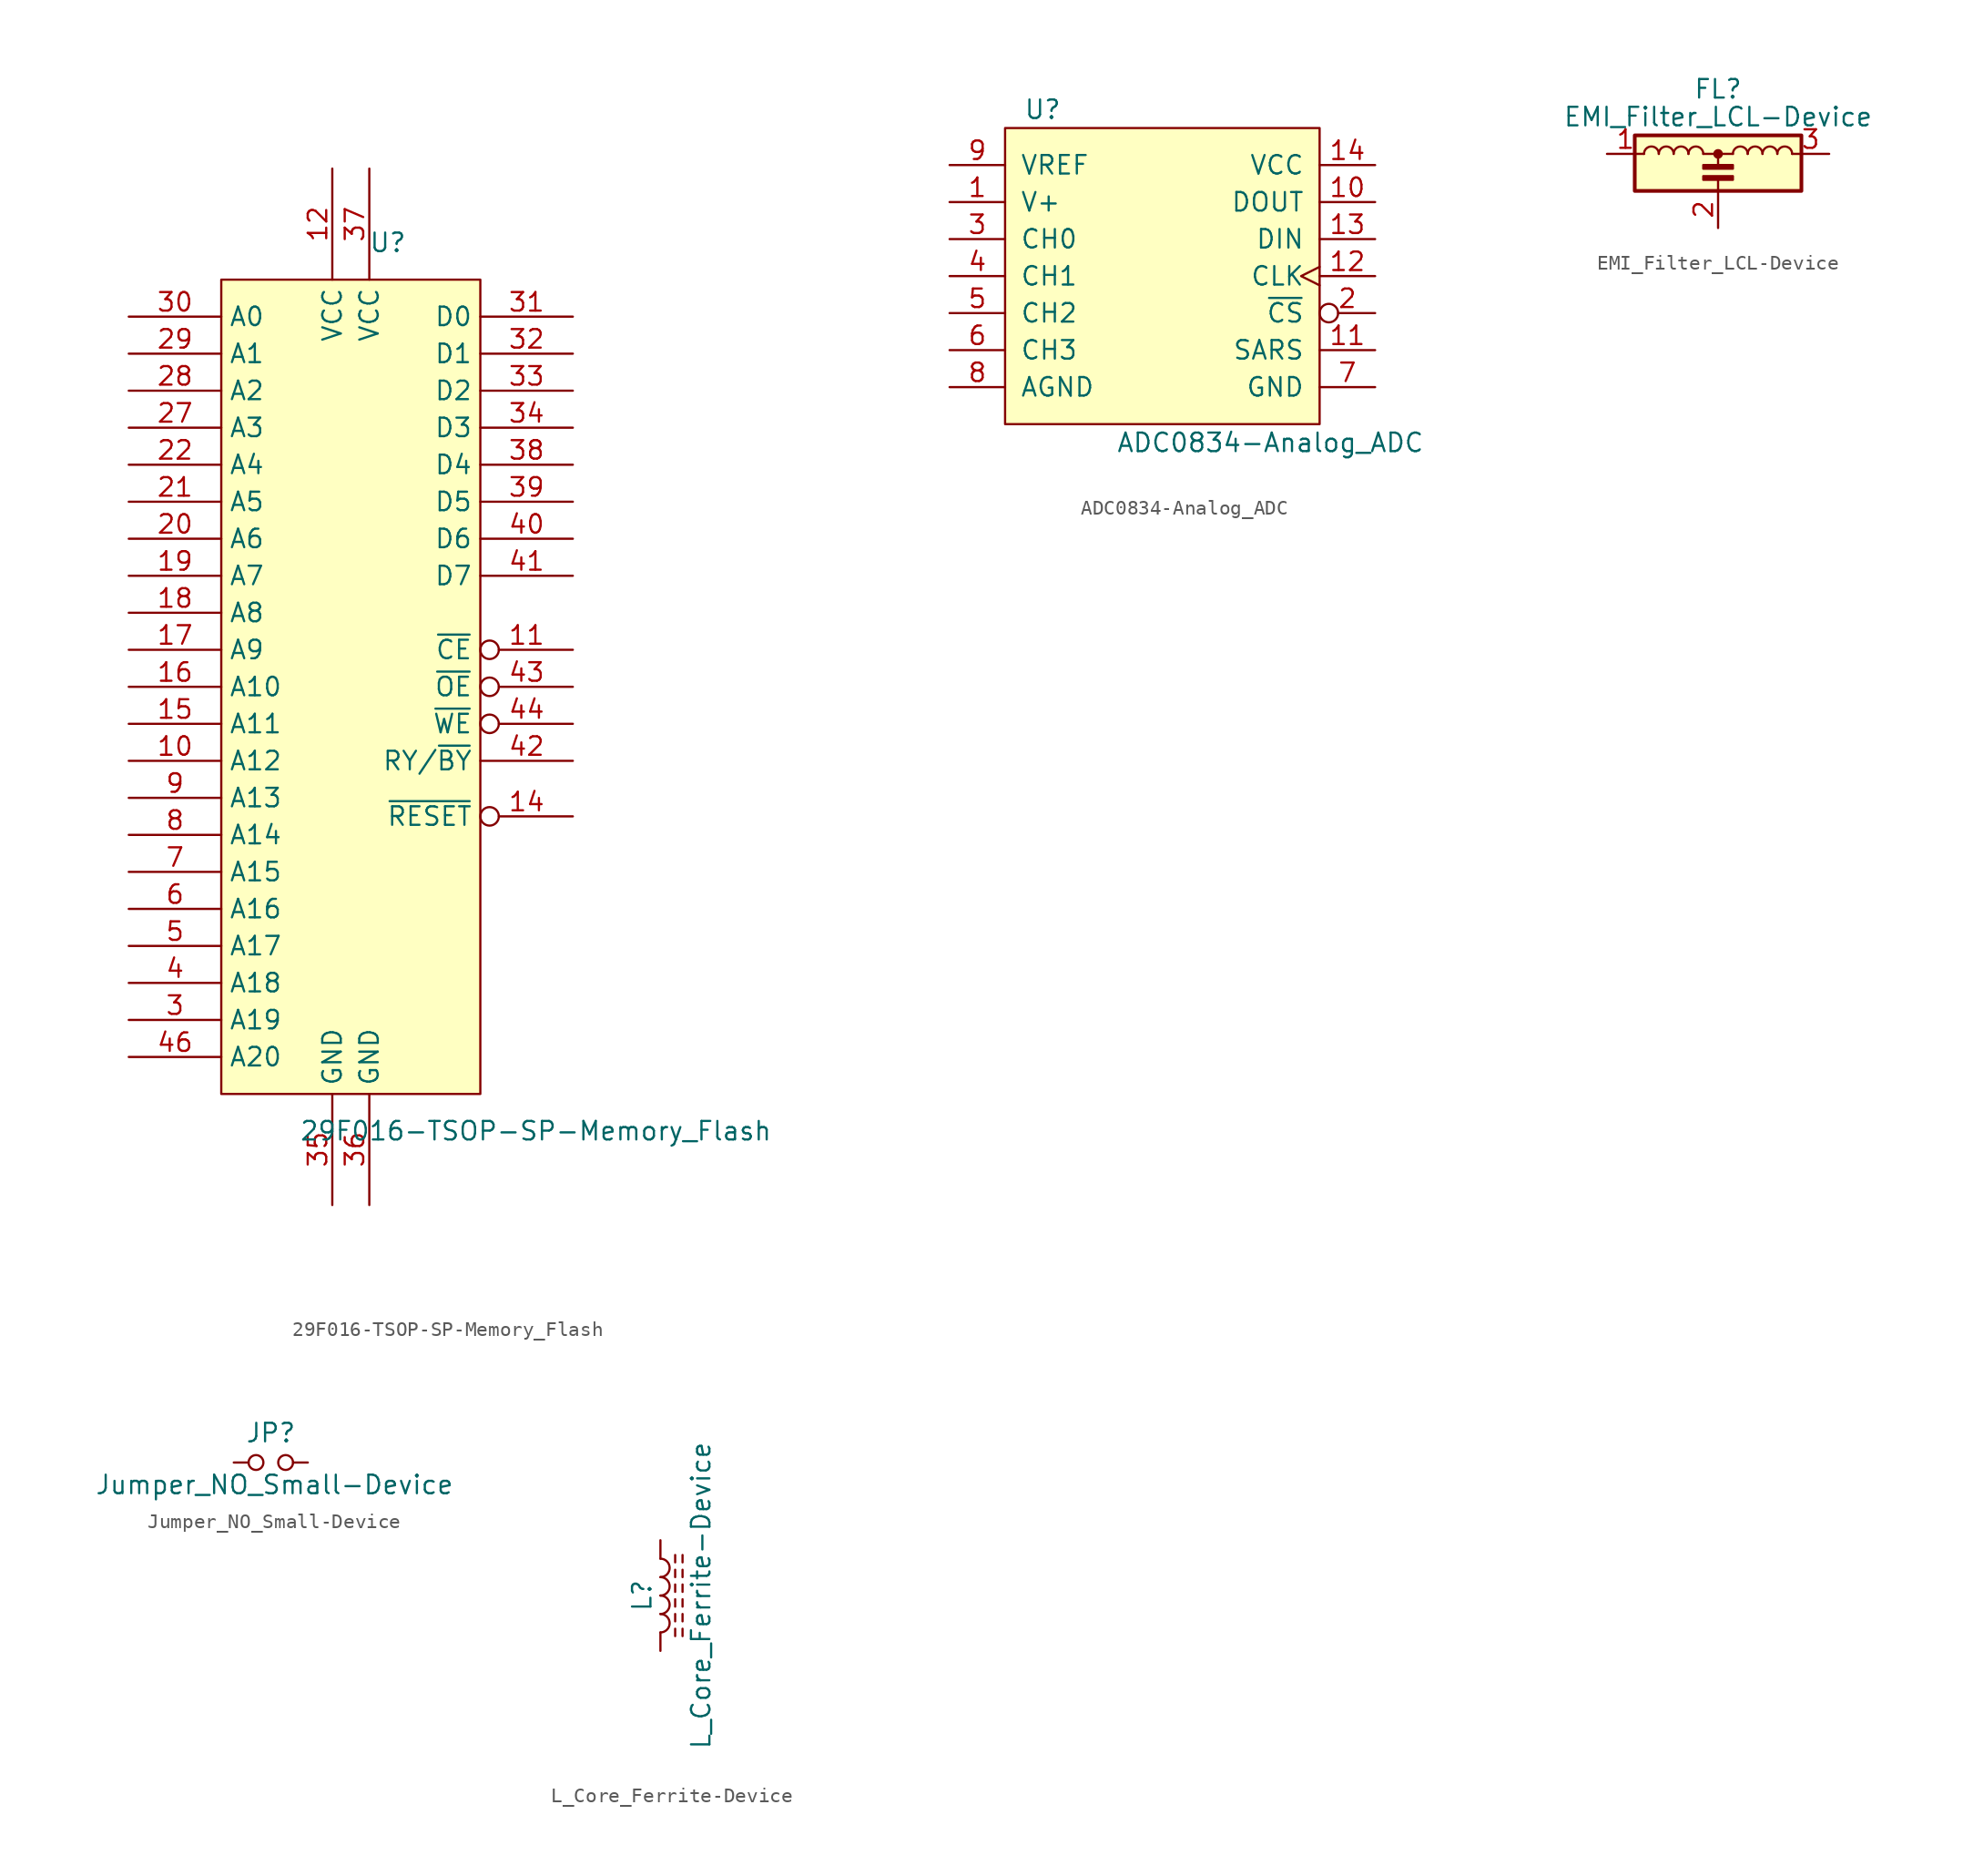
<source format=kicad_sym>
(kicad_symbol_lib
  (version 20211014)
  (generator kicad_symbol_editor)
  (symbol "29F016-TSOP-SP-Memory_Flash"
    (property "Reference" "U"
      (at 2.54 34.29 0)
      (effects (font (size 1.27 1.27))))
    (property "Value" "29F016-TSOP-SP-Memory_Flash"
      (at 12.7 -26.67 0)
      (effects (font (size 1.27 1.27))))
    (symbol "29F016-TSOP-SP-Memory_Flash_0_1"
      (rectangle (start -8.89 31.75) (end 8.89 -24.13) (stroke (width 0) (type default) (color 0 0 0 0)) (fill (type background))))
    (symbol "29F016-TSOP-SP-Memory_Flash_1_1"
      (pin input line (at -15.24 -1.27 0) (length 6.35) (name "A12" (effects (font (size 1.27 1.27)))) (number "10" (effects (font (size 1.27 1.27)))))
      (pin input inverted (at 15.24 6.35 180) (length 6.35) (name "~{CE}" (effects (font (size 1.27 1.27)))) (number "11" (effects (font (size 1.27 1.27)))))
      (pin input line (at -1.27 39.37 270) (length 7.62) (name "VCC" (effects (font (size 1.27 1.27)))) (number "12" (effects (font (size 1.27 1.27)))))
      (pin input inverted (at 15.24 -5.08 180) (length 6.35) (name "~{RESET}" (effects (font (size 1.27 1.27)))) (number "14" (effects (font (size 1.27 1.27)))))
      (pin input line (at -15.24 1.27 0) (length 6.35) (name "A11" (effects (font (size 1.27 1.27)))) (number "15" (effects (font (size 1.27 1.27)))))
      (pin input line (at -15.24 3.81 0) (length 6.35) (name "A10" (effects (font (size 1.27 1.27)))) (number "16" (effects (font (size 1.27 1.27)))))
      (pin input line (at -15.24 6.35 0) (length 6.35) (name "A9" (effects (font (size 1.27 1.27)))) (number "17" (effects (font (size 1.27 1.27)))))
      (pin input line (at -15.24 8.89 0) (length 6.35) (name "A8" (effects (font (size 1.27 1.27)))) (number "18" (effects (font (size 1.27 1.27)))))
      (pin input line (at -15.24 11.43 0) (length 6.35) (name "A7" (effects (font (size 1.27 1.27)))) (number "19" (effects (font (size 1.27 1.27)))))
      (pin input line (at -15.24 13.97 0) (length 6.35) (name "A6" (effects (font (size 1.27 1.27)))) (number "20" (effects (font (size 1.27 1.27)))))
      (pin input line (at -15.24 16.51 0) (length 6.35) (name "A5" (effects (font (size 1.27 1.27)))) (number "21" (effects (font (size 1.27 1.27)))))
      (pin input line (at -15.24 19.05 0) (length 6.35) (name "A4" (effects (font (size 1.27 1.27)))) (number "22" (effects (font (size 1.27 1.27)))))
      (pin input line (at -15.24 21.59 0) (length 6.35) (name "A3" (effects (font (size 1.27 1.27)))) (number "27" (effects (font (size 1.27 1.27)))))
      (pin input line (at -15.24 24.13 0) (length 6.35) (name "A2" (effects (font (size 1.27 1.27)))) (number "28" (effects (font (size 1.27 1.27)))))
      (pin input line (at -15.24 26.67 0) (length 6.35) (name "A1" (effects (font (size 1.27 1.27)))) (number "29" (effects (font (size 1.27 1.27)))))
      (pin input line (at -15.24 -19.05 0) (length 6.35) (name "A19" (effects (font (size 1.27 1.27)))) (number "3" (effects (font (size 1.27 1.27)))))
      (pin input line (at -15.24 29.21 0) (length 6.35) (name "A0" (effects (font (size 1.27 1.27)))) (number "30" (effects (font (size 1.27 1.27)))))
      (pin tri_state line (at 15.24 29.21 180) (length 6.35) (name "D0" (effects (font (size 1.27 1.27)))) (number "31" (effects (font (size 1.27 1.27)))))
      (pin tri_state line (at 15.24 26.67 180) (length 6.35) (name "D1" (effects (font (size 1.27 1.27)))) (number "32" (effects (font (size 1.27 1.27)))))
      (pin tri_state line (at 15.24 24.13 180) (length 6.35) (name "D2" (effects (font (size 1.27 1.27)))) (number "33" (effects (font (size 1.27 1.27)))))
      (pin tri_state line (at 15.24 21.59 180) (length 6.35) (name "D3" (effects (font (size 1.27 1.27)))) (number "34" (effects (font (size 1.27 1.27)))))
      (pin input line (at -1.27 -31.75 90) (length 7.62) (name "GND" (effects (font (size 1.27 1.27)))) (number "35" (effects (font (size 1.27 1.27)))))
      (pin input line (at 1.27 -31.75 90) (length 7.62) (name "GND" (effects (font (size 1.27 1.27)))) (number "36" (effects (font (size 1.27 1.27)))))
      (pin input line (at 1.27 39.37 270) (length 7.62) (name "VCC" (effects (font (size 1.27 1.27)))) (number "37" (effects (font (size 1.27 1.27)))))
      (pin tri_state line (at 15.24 19.05 180) (length 6.35) (name "D4" (effects (font (size 1.27 1.27)))) (number "38" (effects (font (size 1.27 1.27)))))
      (pin tri_state line (at 15.24 16.51 180) (length 6.35) (name "D5" (effects (font (size 1.27 1.27)))) (number "39" (effects (font (size 1.27 1.27)))))
      (pin input line (at -15.24 -16.51 0) (length 6.35) (name "A18" (effects (font (size 1.27 1.27)))) (number "4" (effects (font (size 1.27 1.27)))))
      (pin tri_state line (at 15.24 13.97 180) (length 6.35) (name "D6" (effects (font (size 1.27 1.27)))) (number "40" (effects (font (size 1.27 1.27)))))
      (pin tri_state line (at 15.24 11.43 180) (length 6.35) (name "D7" (effects (font (size 1.27 1.27)))) (number "41" (effects (font (size 1.27 1.27)))))
      (pin input line (at 15.24 -1.27 180) (length 6.35) (name "RY/~{BY}" (effects (font (size 1.27 1.27)))) (number "42" (effects (font (size 1.27 1.27)))))
      (pin input inverted (at 15.24 3.81 180) (length 6.35) (name "~{OE}" (effects (font (size 1.27 1.27)))) (number "43" (effects (font (size 1.27 1.27)))))
      (pin input inverted (at 15.24 1.27 180) (length 6.35) (name "~{WE}" (effects (font (size 1.27 1.27)))) (number "44" (effects (font (size 1.27 1.27)))))
      (pin input line (at -15.24 -21.59 0) (length 6.35) (name "A20" (effects (font (size 1.27 1.27)))) (number "46" (effects (font (size 1.27 1.27)))))
      (pin input line (at -15.24 -13.97 0) (length 6.35) (name "A17" (effects (font (size 1.27 1.27)))) (number "5" (effects (font (size 1.27 1.27)))))
      (pin input line (at -15.24 -11.43 0) (length 6.35) (name "A16" (effects (font (size 1.27 1.27)))) (number "6" (effects (font (size 1.27 1.27)))))
      (pin input line (at -15.24 -8.89 0) (length 6.35) (name "A15" (effects (font (size 1.27 1.27)))) (number "7" (effects (font (size 1.27 1.27)))))
      (pin input line (at -15.24 -6.35 0) (length 6.35) (name "A14" (effects (font (size 1.27 1.27)))) (number "8" (effects (font (size 1.27 1.27)))))
      (pin input line (at -15.24 -3.81 0) (length 6.35) (name "A13" (effects (font (size 1.27 1.27)))) (number "9" (effects (font (size 1.27 1.27)))))))
  (symbol "ADC0834-Analog_ADC"
    (pin_names
      (offset 1.016))
    (property "Reference" "U"
      (at -10.16 13.97 0)
      (effects (font (size 1.27 1.27)) (justify left)))
    (property "Value" "ADC0834-Analog_ADC"
      (at -3.81 -8.89 0)
      (effects (font (size 1.27 1.27)) (justify left)))
    (symbol "ADC0834-Analog_ADC_0_1"
      (rectangle (start -11.43 12.7) (end 10.16 -7.62) (stroke (width 0) (type default) (color 0 0 0 0)) (fill (type background))))
    (symbol "ADC0834-Analog_ADC_1_1"
      (pin input line (at -15.24 7.62 0) (length 3.81) (name "V+" (effects (font (size 1.27 1.27)))) (number "1" (effects (font (size 1.27 1.27)))))
      (pin output line (at 13.97 7.62 180) (length 3.81) (name "DOUT" (effects (font (size 1.27 1.27)))) (number "10" (effects (font (size 1.27 1.27)))))
      (pin input line (at 13.97 -2.54 180) (length 3.81) (name "SARS" (effects (font (size 1.27 1.27)))) (number "11" (effects (font (size 1.27 1.27)))))
      (pin input clock (at 13.97 2.54 180) (length 3.81) (name "CLK" (effects (font (size 1.27 1.27)))) (number "12" (effects (font (size 1.27 1.27)))))
      (pin input line (at 13.97 5.08 180) (length 3.81) (name "DIN" (effects (font (size 1.27 1.27)))) (number "13" (effects (font (size 1.27 1.27)))))
      (pin input line (at 13.97 10.16 180) (length 3.81) (name "VCC" (effects (font (size 1.27 1.27)))) (number "14" (effects (font (size 1.27 1.27)))))
      (pin input inverted (at 13.97 0 180) (length 3.81) (name "~{CS}" (effects (font (size 1.27 1.27)))) (number "2" (effects (font (size 1.27 1.27)))))
      (pin input line (at -15.24 5.08 0) (length 3.81) (name "CH0" (effects (font (size 1.27 1.27)))) (number "3" (effects (font (size 1.27 1.27)))))
      (pin input line (at -15.24 2.54 0) (length 3.81) (name "CH1" (effects (font (size 1.27 1.27)))) (number "4" (effects (font (size 1.27 1.27)))))
      (pin input line (at -15.24 0 0) (length 3.81) (name "CH2" (effects (font (size 1.27 1.27)))) (number "5" (effects (font (size 1.27 1.27)))))
      (pin input line (at -15.24 -2.54 0) (length 3.81) (name "CH3" (effects (font (size 1.27 1.27)))) (number "6" (effects (font (size 1.27 1.27)))))
      (pin input line (at 13.97 -5.08 180) (length 3.81) (name "GND" (effects (font (size 1.27 1.27)))) (number "7" (effects (font (size 1.27 1.27)))))
      (pin input line (at -15.24 -5.08 0) (length 3.81) (name "AGND" (effects (font (size 1.27 1.27)))) (number "8" (effects (font (size 1.27 1.27)))))
      (pin input line (at -15.24 10.16 0) (length 3.81) (name "VREF" (effects (font (size 1.27 1.27)))) (number "9" (effects (font (size 1.27 1.27)))))))
  (symbol "EMI_Filter_LCL-Device"
    (pin_names
      (offset 0.254) hide)
    (property "Reference" "FL"
      (at 0 6.985 0)
      (effects (font (size 1.27 1.27))))
    (property "Value" "EMI_Filter_LCL-Device"
      (at 0 5.08 0)
      (effects (font (size 1.27 1.27))))
    (symbol "EMI_Filter_LCL-Device_0_1"
      (rectangle (start -5.715 3.81) (end 5.715 0) (stroke (width 0.254) (type default) (color 0 0 0 0)) (fill (type background)))
      (arc (start -4.064 2.54) (mid -4.572 3.048) (end -5.08 2.54) (stroke (width 0) (type default) (color 0 0 0 0)) (fill (type none)))
      (arc (start -3.048 2.54) (mid -3.556 3.048) (end -4.064 2.54) (stroke (width 0) (type default) (color 0 0 0 0)) (fill (type none)))
      (arc (start -2.032 2.54) (mid -2.54 3.048) (end -3.048 2.54) (stroke (width 0) (type default) (color 0 0 0 0)) (fill (type none)))
      (rectangle (start -1.016 0.762) (end 1.016 1.016) (stroke (width 0) (type default) (color 0 0 0 0)) (fill (type outline)))
      (arc (start -1.016 2.54) (mid -1.524 3.048) (end -2.032 2.54) (stroke (width 0) (type default) (color 0 0 0 0)) (fill (type none)))
      (polyline (pts (xy -1.016 2.54) (xy 1.016 2.54)) (stroke (width 0) (type default) (color 0 0 0 0)) (fill (type none)))
      (polyline (pts (xy 0 0.762) (xy 0 0)) (stroke (width 0) (type default) (color 0 0 0 0)) (fill (type none)))
      (polyline (pts (xy 0 2.54) (xy 0 1.778)) (stroke (width 0) (type default) (color 0 0 0 0)) (fill (type none)))
      (circle (center 0 2.54) (radius 0.254) (stroke (width 0) (type default) (color 0 0 0 0)) (fill (type outline)))
      (rectangle (start 1.016 1.524) (end -1.016 1.778) (stroke (width 0) (type default) (color 0 0 0 0)) (fill (type outline)))
      (arc (start 2.032 2.54) (mid 1.524 3.048) (end 1.016 2.54) (stroke (width 0) (type default) (color 0 0 0 0)) (fill (type none)))
      (arc (start 3.048 2.54) (mid 2.54 3.048) (end 2.032 2.54) (stroke (width 0) (type default) (color 0 0 0 0)) (fill (type none)))
      (arc (start 4.064 2.54) (mid 3.556 3.048) (end 3.048 2.54) (stroke (width 0) (type default) (color 0 0 0 0)) (fill (type none)))
      (arc (start 5.08 2.54) (mid 4.572 3.048) (end 4.064 2.54) (stroke (width 0) (type default) (color 0 0 0 0)) (fill (type none))))
    (symbol "EMI_Filter_LCL-Device_1_1"
      (pin passive line (at -7.62 2.54 0) (length 2.54) (name "1" (effects (font (size 1.27 1.27)))) (number "1" (effects (font (size 1.27 1.27)))))
      (pin passive line (at 0 -2.54 90) (length 2.54) (name "2" (effects (font (size 1.27 1.27)))) (number "2" (effects (font (size 1.27 1.27)))))
      (pin passive line (at 7.62 2.54 180) (length 2.54) (name "3" (effects (font (size 1.27 1.27)))) (number "3" (effects (font (size 1.27 1.27)))))))
  (symbol "Jumper_NO_Small-Device"
    (pin_numbers hide)
    (pin_names
      (offset 0.762) hide)
    (property "Reference" "JP"
      (at 0 2.032 0)
      (effects (font (size 1.27 1.27))))
    (property "Value" "Jumper_NO_Small-Device"
      (at 0.254 -1.524 0)
      (effects (font (size 1.27 1.27))))
    (symbol "Jumper_NO_Small-Device_0_1"
      (circle (center -1.016 0) (radius 0.508) (stroke (width 0) (type default) (color 0 0 0 0)) (fill (type none)))
      (circle (center 1.016 0) (radius 0.508) (stroke (width 0) (type default) (color 0 0 0 0)) (fill (type none)))
      (pin passive line (at -2.54 0 0) (length 1.016) (name "1" (effects (font (size 1.27 1.27)))) (number "1" (effects (font (size 1.27 1.27)))))
      (pin passive line (at 2.54 0 180) (length 1.016) (name "2" (effects (font (size 1.27 1.27)))) (number "2" (effects (font (size 1.27 1.27)))))))
  (symbol "L_Core_Ferrite-Device"
    (pin_numbers hide)
    (pin_names
      (offset 1.016) hide)
    (property "Reference" "L"
      (at -1.27 0 90)
      (effects (font (size 1.27 1.27))))
    (property "Value" "L_Core_Ferrite-Device"
      (at 2.794 0 90)
      (effects (font (size 1.27 1.27))))
    (symbol "L_Core_Ferrite-Device_0_1"
      (arc (start 0 -2.54) (mid 0.635 -1.905) (end 0 -1.27) (stroke (width 0) (type default) (color 0 0 0 0)) (fill (type none)))
      (arc (start 0 -1.27) (mid 0.635 -0.635) (end 0 0) (stroke (width 0) (type default) (color 0 0 0 0)) (fill (type none)))
      (polyline (pts (xy 1.016 -2.794) (xy 1.016 -2.286)) (stroke (width 0) (type default) (color 0 0 0 0)) (fill (type none)))
      (polyline (pts (xy 1.016 -1.778) (xy 1.016 -1.27)) (stroke (width 0) (type default) (color 0 0 0 0)) (fill (type none)))
      (polyline (pts (xy 1.016 -0.762) (xy 1.016 -0.254)) (stroke (width 0) (type default) (color 0 0 0 0)) (fill (type none)))
      (polyline (pts (xy 1.016 0.254) (xy 1.016 0.762)) (stroke (width 0) (type default) (color 0 0 0 0)) (fill (type none)))
      (polyline (pts (xy 1.016 1.27) (xy 1.016 1.778)) (stroke (width 0) (type default) (color 0 0 0 0)) (fill (type none)))
      (polyline (pts (xy 1.016 2.286) (xy 1.016 2.794)) (stroke (width 0) (type default) (color 0 0 0 0)) (fill (type none)))
      (polyline (pts (xy 1.524 -2.286) (xy 1.524 -2.794)) (stroke (width 0) (type default) (color 0 0 0 0)) (fill (type none)))
      (polyline (pts (xy 1.524 -1.27) (xy 1.524 -1.778)) (stroke (width 0) (type default) (color 0 0 0 0)) (fill (type none)))
      (polyline (pts (xy 1.524 -0.254) (xy 1.524 -0.762)) (stroke (width 0) (type default) (color 0 0 0 0)) (fill (type none)))
      (polyline (pts (xy 1.524 0.762) (xy 1.524 0.254)) (stroke (width 0) (type default) (color 0 0 0 0)) (fill (type none)))
      (polyline (pts (xy 1.524 1.778) (xy 1.524 1.27)) (stroke (width 0) (type default) (color 0 0 0 0)) (fill (type none)))
      (polyline (pts (xy 1.524 2.794) (xy 1.524 2.286)) (stroke (width 0) (type default) (color 0 0 0 0)) (fill (type none)))
      (arc (start 0 0) (mid 0.635 0.635) (end 0 1.27) (stroke (width 0) (type default) (color 0 0 0 0)) (fill (type none)))
      (arc (start 0 1.27) (mid 0.635 1.905) (end 0 2.54) (stroke (width 0) (type default) (color 0 0 0 0)) (fill (type none))))
    (symbol "L_Core_Ferrite-Device_1_1"
      (pin passive line (at 0 3.81 270) (length 1.27) (name "1" (effects (font (size 1.27 1.27)))) (number "1" (effects (font (size 1.27 1.27)))))
      (pin passive line (at 0 -3.81 90) (length 1.27) (name "2" (effects (font (size 1.27 1.27)))) (number "2" (effects (font (size 1.27 1.27))))))))
</source>
